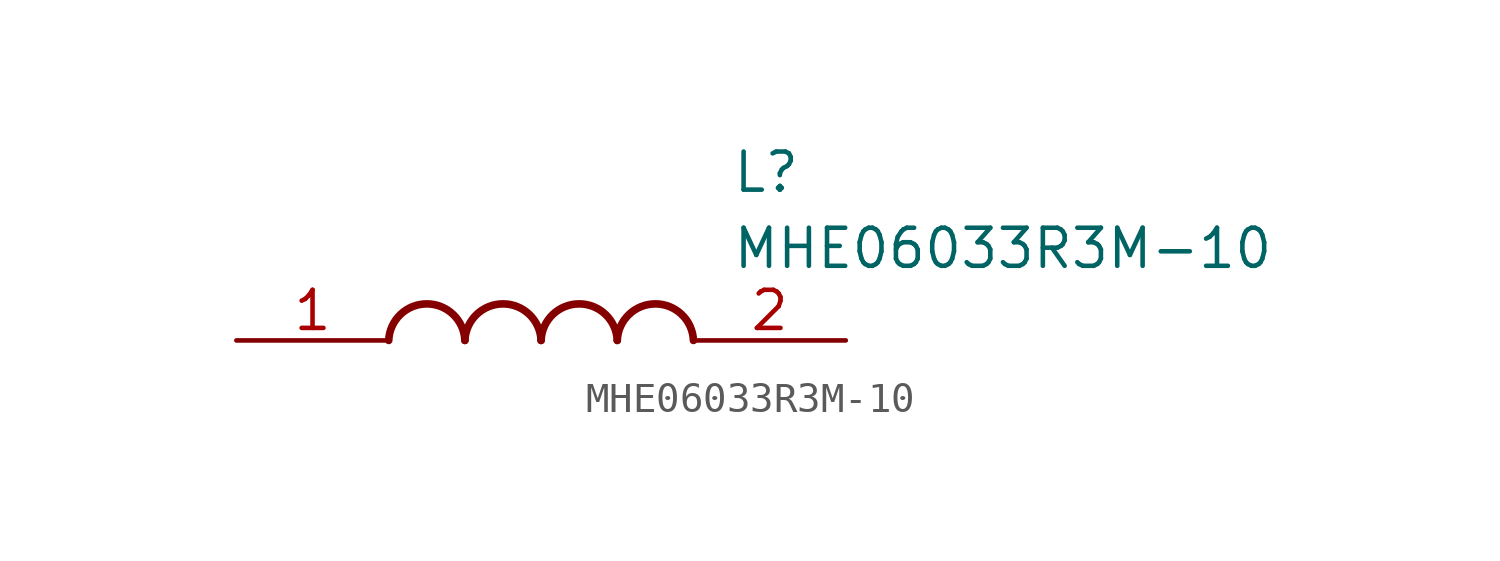
<source format=kicad_sym>
(kicad_symbol_lib
  (version 20211014)
  (generator SamacSys_ECAD_Model)
  (symbol "MHE06033R3M-10"
    (pin_names hide)
    (property "Reference" "L"
      (at 16.51 6.35 0)
      (effects (font (size 1.27 1.27)) (justify left top)))
    (property "Value" "MHE06033R3M-10"
      (at 16.51 3.81 0)
      (effects (font (size 1.27 1.27)) (justify left top)))
    (arc
      (start 7.62 0)
      (mid 6.35 1.219)
      (end 5.08 0)
      (stroke (width 0.254) (type default))
      (fill (type none)))
    (arc
      (start 10.16 0)
      (mid 8.89 1.219)
      (end 7.62 0)
      (stroke (width 0.254) (type default))
      (fill (type none)))
    (arc
      (start 12.7 0)
      (mid 11.43 1.219)
      (end 10.16 0)
      (stroke (width 0.254) (type default))
      (fill (type none)))
    (arc
      (start 15.24 0)
      (mid 13.97 1.219)
      (end 12.7 0)
      (stroke (width 0.254) (type default))
      (fill (type none)))
    (pin passive line
      (at 0 0 0)
      (length 5.08)
      (name "1" (effects (font (size 1.27 1.27))))
      (number "1" (effects (font (size 1.27 1.27)))))
    (pin passive line
      (at 20.32 0 180)
      (length 5.08)
      (name "2" (effects (font (size 1.27 1.27))))
      (number "2" (effects (font (size 1.27 1.27)))))))
</source>
